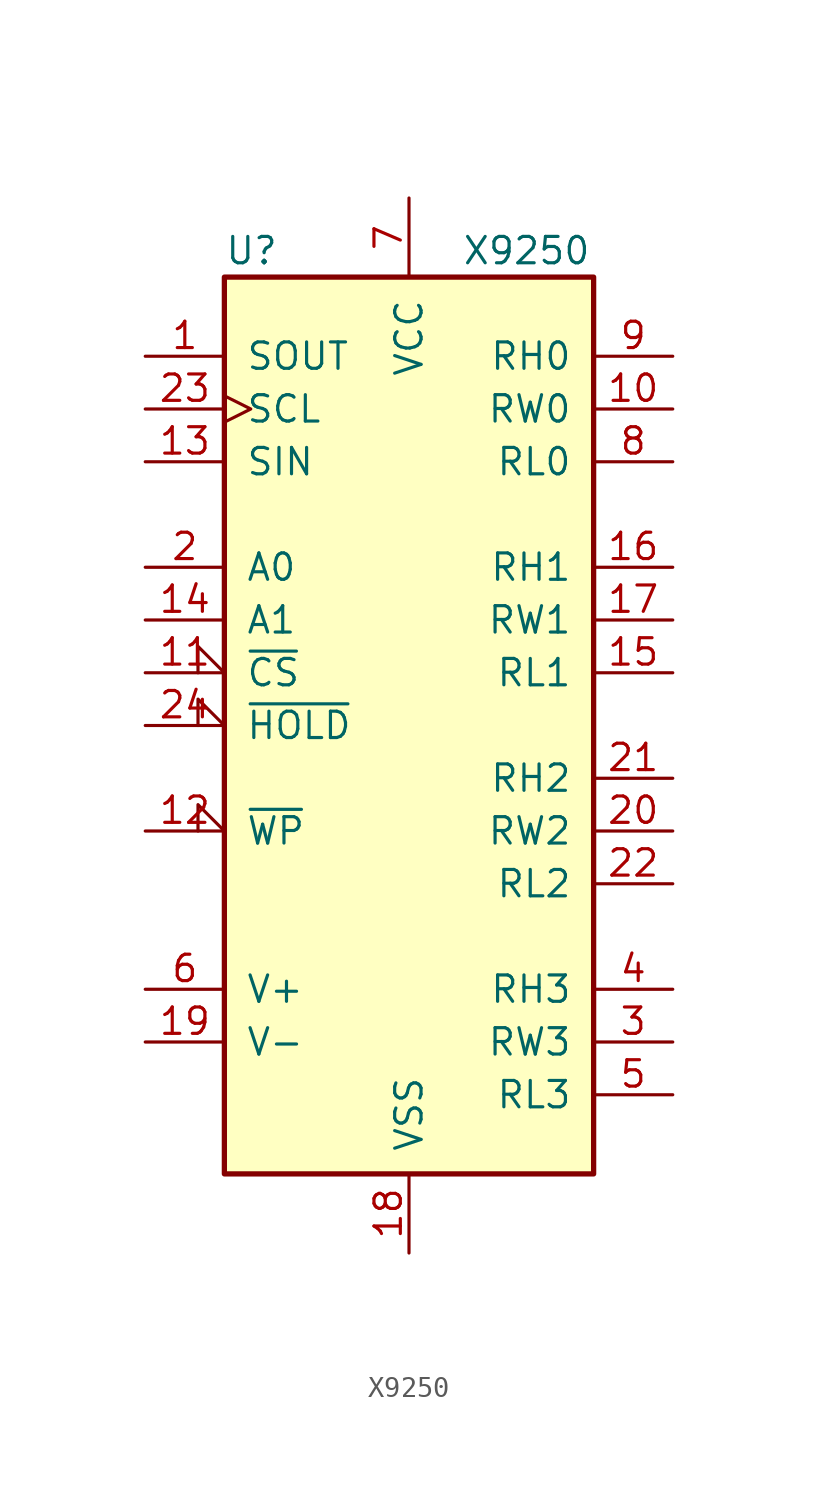
<source format=kicad_sym>
(kicad_symbol_lib
  (version 20200908)
  (generator kicad_symbol_editor)
  (symbol "Potentiometer_Digital:X9250"
    (pin_names
      (offset 1.016))
    (property "Reference" "U"
      (at -8.89 22.86 0)
      (effects (font (size 1.27 1.27)) (justify left)))
    (property "Value" "X9250"
      (at 2.54 22.86 0)
      (effects (font (size 1.27 1.27)) (justify left)))
    (symbol "X9250_0_1"
      (rectangle (start -8.89 21.59) (end 8.89 -21.59) (stroke (width 0.254)) (fill (type background))))
    (symbol "X9250_0_0"
      (pin input input_low (at -12.7 2.54 0) (length 3.81) (name "~CS" (effects (font (size 1.27 1.27)))) (number "11" (effects (font (size 1.27 1.27)))))
      (pin input line (at -12.7 12.7 0) (length 3.81) (name "SIN" (effects (font (size 1.27 1.27)))) (number "13" (effects (font (size 1.27 1.27)))))
      (pin input line (at -12.7 5.08 0) (length 3.81) (name "A1" (effects (font (size 1.27 1.27)))) (number "14" (effects (font (size 1.27 1.27)))))
      (pin power_in line (at 0 -25.4 90) (length 3.81) (name "VSS" (effects (font (size 1.27 1.27)))) (number "18" (effects (font (size 1.27 1.27)))))
      (pin passive line (at -12.7 -15.24 0) (length 3.81) (name "V-" (effects (font (size 1.27 1.27)))) (number "19" (effects (font (size 1.27 1.27)))))
      (pin input line (at -12.7 7.62 0) (length 3.81) (name "A0" (effects (font (size 1.27 1.27)))) (number "2" (effects (font (size 1.27 1.27)))))
      (pin input clock (at -12.7 15.24 0) (length 3.81) (name "SCL" (effects (font (size 1.27 1.27)))) (number "23" (effects (font (size 1.27 1.27)))))
      (pin input input_low (at -12.7 0 0) (length 3.81) (name "~HOLD" (effects (font (size 1.27 1.27)))) (number "24" (effects (font (size 1.27 1.27)))))
      (pin passive line (at -12.7 -12.7 0) (length 3.81) (name "V+" (effects (font (size 1.27 1.27)))) (number "6" (effects (font (size 1.27 1.27)))))
      (pin power_in line (at 0 25.4 270) (length 3.81) (name "VCC" (effects (font (size 1.27 1.27)))) (number "7" (effects (font (size 1.27 1.27))))))
    (symbol "X9250_1_1"
      (pin output line (at -12.7 17.78 0) (length 3.81) (name "SOUT" (effects (font (size 1.27 1.27)))) (number "1" (effects (font (size 1.27 1.27)))))
      (pin passive line (at 12.7 15.24 180) (length 3.81) (name "RW0" (effects (font (size 1.27 1.27)))) (number "10" (effects (font (size 1.27 1.27)))))
      (pin input input_low (at -12.7 -5.08 0) (length 3.81) (name "~WP" (effects (font (size 1.27 1.27)))) (number "12" (effects (font (size 1.27 1.27)))))
      (pin passive line (at 12.7 2.54 180) (length 3.81) (name "RL1" (effects (font (size 1.27 1.27)))) (number "15" (effects (font (size 1.27 1.27)))))
      (pin passive line (at 12.7 7.62 180) (length 3.81) (name "RH1" (effects (font (size 1.27 1.27)))) (number "16" (effects (font (size 1.27 1.27)))))
      (pin passive line (at 12.7 5.08 180) (length 3.81) (name "RW1" (effects (font (size 1.27 1.27)))) (number "17" (effects (font (size 1.27 1.27)))))
      (pin passive line (at 12.7 -5.08 180) (length 3.81) (name "RW2" (effects (font (size 1.27 1.27)))) (number "20" (effects (font (size 1.27 1.27)))))
      (pin passive line (at 12.7 -2.54 180) (length 3.81) (name "RH2" (effects (font (size 1.27 1.27)))) (number "21" (effects (font (size 1.27 1.27)))))
      (pin passive line (at 12.7 -7.62 180) (length 3.81) (name "RL2" (effects (font (size 1.27 1.27)))) (number "22" (effects (font (size 1.27 1.27)))))
      (pin passive line (at 12.7 -15.24 180) (length 3.81) (name "RW3" (effects (font (size 1.27 1.27)))) (number "3" (effects (font (size 1.27 1.27)))))
      (pin passive line (at 12.7 -12.7 180) (length 3.81) (name "RH3" (effects (font (size 1.27 1.27)))) (number "4" (effects (font (size 1.27 1.27)))))
      (pin passive line (at 12.7 -17.78 180) (length 3.81) (name "RL3" (effects (font (size 1.27 1.27)))) (number "5" (effects (font (size 1.27 1.27)))))
      (pin passive line (at 12.7 12.7 180) (length 3.81) (name "RL0" (effects (font (size 1.27 1.27)))) (number "8" (effects (font (size 1.27 1.27)))))
      (pin passive line (at 12.7 17.78 180) (length 3.81) (name "RH0" (effects (font (size 1.27 1.27)))) (number "9" (effects (font (size 1.27 1.27))))))))
</source>
